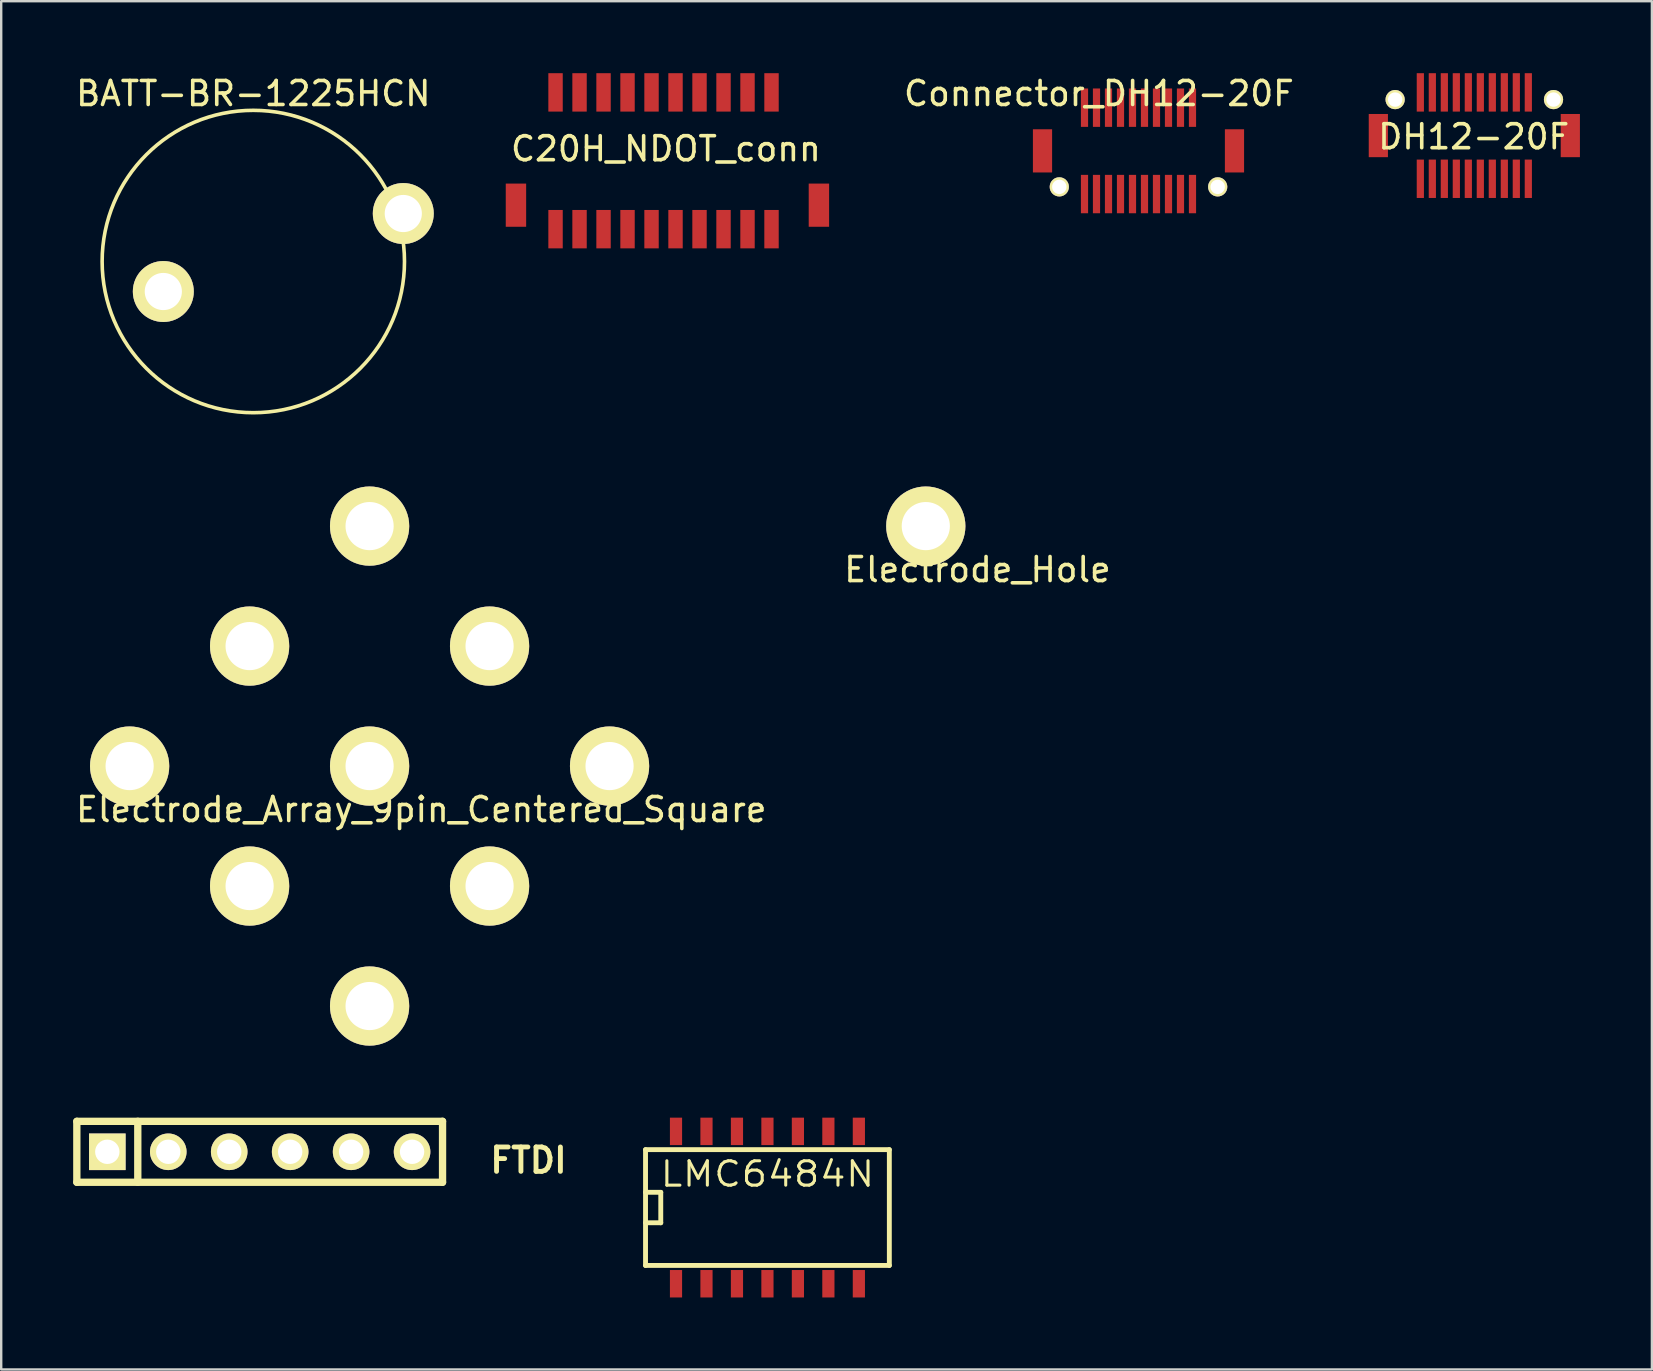
<source format=kicad_pcb>
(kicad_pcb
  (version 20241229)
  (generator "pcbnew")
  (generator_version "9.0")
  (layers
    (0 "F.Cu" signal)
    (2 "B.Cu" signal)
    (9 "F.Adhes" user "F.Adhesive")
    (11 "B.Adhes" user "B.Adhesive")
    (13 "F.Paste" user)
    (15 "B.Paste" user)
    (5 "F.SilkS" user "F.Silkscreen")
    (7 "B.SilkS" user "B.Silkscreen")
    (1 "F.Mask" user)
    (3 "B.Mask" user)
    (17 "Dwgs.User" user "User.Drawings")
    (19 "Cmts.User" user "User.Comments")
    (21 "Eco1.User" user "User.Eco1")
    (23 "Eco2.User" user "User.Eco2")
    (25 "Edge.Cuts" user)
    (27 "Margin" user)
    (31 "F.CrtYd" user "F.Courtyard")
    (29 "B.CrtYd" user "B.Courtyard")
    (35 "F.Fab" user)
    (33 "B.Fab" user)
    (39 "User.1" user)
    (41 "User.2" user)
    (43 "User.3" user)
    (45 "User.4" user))
  (footprint "Electrode_Hole"
    (layer "F.Cu")
    (at 35.53 18.874)
    (property "Reference" "Electrode_Hole" (at 2.154 1.813 0) (layer "F.SilkS") (effects (font (size 1 1) (thickness 0.15))))
    (attr through_hole)
    (pad "1" thru_hole circle (at 0 0) (size 3.302 3.302) (drill 2.007) (layers "*.Cu" "*.Mask" "F.SilkS")))
  (footprint "Electrode_Array_9pin_Centered_Square"
    (layer "F.Cu")
    (at 12.352 28.874)
    (property "Reference" "Electrode_Array_9pin_Centered_Square" (at 2.154 1.813 0) (layer "F.SilkS") (effects (font (size 1 1) (thickness 0.15))))
    (attr through_hole)
    (pad "1" thru_hole circle (at 10 0) (size 3.302 3.302) (drill 2.007) (layers "*.Cu" "*.Mask" "F.SilkS"))
    (pad "2" thru_hole circle (at 5 5) (size 3.302 3.302) (drill 2.007) (layers "*.Cu" "*.Mask" "F.SilkS"))
    (pad "3" thru_hole circle (at 0 10) (size 3.302 3.302) (drill 2.007) (layers "*.Cu" "*.Mask" "F.SilkS"))
    (pad "4" thru_hole circle (at -5 5) (size 3.302 3.302) (drill 2.007) (layers "*.Cu" "*.Mask" "F.SilkS"))
    (pad "5" thru_hole circle (at -10 0) (size 3.302 3.302) (drill 2.007) (layers "*.Cu" "*.Mask" "F.SilkS"))
    (pad "6" thru_hole circle (at -5 -5) (size 3.302 3.302) (drill 2.007) (layers "*.Cu" "*.Mask" "F.SilkS"))
    (pad "7" thru_hole circle (at 0 -10) (size 3.302 3.302) (drill 2.007) (layers "*.Cu" "*.Mask" "F.SilkS"))
    (pad "8" thru_hole circle (at 5 -5) (size 3.302 3.302) (drill 2.007) (layers "*.Cu" "*.Mask" "F.SilkS"))
    (pad "9" thru_hole circle (at 0 0) (size 3.302 3.302) (drill 2.007) (layers "*.Cu" "*.Mask" "F.SilkS")))
  (footprint "BATT-BR-1225HCN"
    (layer "F.Cu")
    (at 7.506 7.848)
    (property "Reference" "BATT-BR-1225HCN" (at 0 -7 0) (layer "F.SilkS") (effects (font (size 1 1) (thickness 0.15))))
    (attr through_hole)
    (fp_circle (center 0 0) (end 6.3 0) (stroke (width 0.15) (type solid)) (fill no) (layer "F.SilkS"))
    (pad "1" thru_hole circle (at 6.25 -2) (size 2.54 2.54) (drill 1.549) (layers "*.Cu" "*.Mask" "F.SilkS"))
    (pad "2" thru_hole circle (at -3.75 1.25) (size 2.54 2.54) (drill 1.549) (layers "*.Cu" "*.Mask" "F.SilkS")))
  (footprint "C20H_NDOT_conn"
    (layer "F.Cu")
    (at 24.701 1.9)
    (property "Reference" "C20H_NDOT_conn" (at 0 1.25 0) (layer "F.SilkS") (effects (font (size 1 1) (thickness 0.15))))
    (attr through_hole)
    (pad "1" smd rect (at 4.4 -1.1) (size 0.6 1.6) (layers "F.Cu" "F.Mask" "F.Paste"))
    (pad "2" smd rect (at 4.4 4.6) (size 0.6 1.6) (layers "F.Cu" "F.Mask" "F.Paste"))
    (pad "3" smd rect (at 3.4 -1.1) (size 0.6 1.6) (layers "F.Cu" "F.Mask" "F.Paste"))
    (pad "4" smd rect (at 3.4 4.6) (size 0.6 1.6) (layers "F.Cu" "F.Mask" "F.Paste"))
    (pad "5" smd rect (at 2.4 -1.1) (size 0.6 1.6) (layers "F.Cu" "F.Mask" "F.Paste"))
    (pad "6" smd rect (at 2.4 4.6) (size 0.6 1.6) (layers "F.Cu" "F.Mask" "F.Paste"))
    (pad "7" smd rect (at 1.4 -1.1) (size 0.6 1.6) (layers "F.Cu" "F.Mask" "F.Paste"))
    (pad "8" smd rect (at 1.4 4.6) (size 0.6 1.6) (layers "F.Cu" "F.Mask" "F.Paste"))
    (pad "9" smd rect (at 0.4 -1.1) (size 0.6 1.6) (layers "F.Cu" "F.Mask" "F.Paste"))
    (pad "10" smd rect (at 0.4 4.6) (size 0.6 1.6) (layers "F.Cu" "F.Mask" "F.Paste"))
    (pad "11" smd rect (at -0.6 -1.1) (size 0.6 1.6) (layers "F.Cu" "F.Mask" "F.Paste"))
    (pad "12" smd rect (at -0.6 4.6) (size 0.6 1.6) (layers "F.Cu" "F.Mask" "F.Paste"))
    (pad "13" smd rect (at -1.6 -1.1) (size 0.6 1.6) (layers "F.Cu" "F.Mask" "F.Paste"))
    (pad "14" smd rect (at -1.6 4.6) (size 0.6 1.6) (layers "F.Cu" "F.Mask" "F.Paste"))
    (pad "15" smd rect (at -2.6 -1.1) (size 0.6 1.6) (layers "F.Cu" "F.Mask" "F.Paste"))
    (pad "16" smd rect (at -2.6 4.6) (size 0.6 1.6) (layers "F.Cu" "F.Mask" "F.Paste"))
    (pad "17" smd rect (at -3.6 -1.1) (size 0.6 1.6) (layers "F.Cu" "F.Mask" "F.Paste"))
    (pad "18" smd rect (at -3.6 4.6) (size 0.6 1.6) (layers "F.Cu" "F.Mask" "F.Paste"))
    (pad "19" smd rect (at -4.6 -1.1) (size 0.6 1.6) (layers "F.Cu" "F.Mask" "F.Paste"))
    (pad "20" smd rect (at -4.6 4.6) (size 0.6 1.6) (layers "F.Cu" "F.Mask" "F.Paste"))
    (pad "21" smd rect (at -6.25 3.6) (size 0.85 1.8) (layers "F.Cu" "F.Mask" "F.Paste"))
    (pad "22" smd rect (at 6.35 3.6) (size 0.85 1.8) (drill (offset 0.025 0)) (layers "F.Cu" "F.Mask" "F.Paste")))
  (footprint "Connector_DH12-20F"
    (layer "F.Cu")
    (at 41.094 4.737)
    (property "Reference" "Connector_DH12-20F" (at 1.651 -3.889 0) (layer "F.SilkS") (effects (font (size 1 1) (thickness 0.15))))
    (attr through_hole)
    (pad "0" thru_hole circle (at 0 0) (size 0.8 0.8) (drill 0.6) (layers "*.Cu" "*.Mask" "F.SilkS"))
    (pad "0" thru_hole circle (at 6.6 0) (size 0.8 0.8) (drill 0.6) (layers "*.Cu" "*.Mask" "F.SilkS"))
    (pad "1" smd rect (at 1.05 0.3) (size 0.3 1.6) (layers "F.Cu" "F.Mask" "F.Paste"))
    (pad "2" smd rect (at 1.05 -3.3) (size 0.3 1.6) (layers "F.Cu" "F.Mask" "F.Paste"))
    (pad "3" smd rect (at 1.55 0.3) (size 0.3 1.6) (layers "F.Cu" "F.Mask" "F.Paste"))
    (pad "4" smd rect (at 1.55 -3.3) (size 0.3 1.6) (layers "F.Cu" "F.Mask" "F.Paste"))
    (pad "5" smd rect (at 2.05 0.3) (size 0.3 1.6) (layers "F.Cu" "F.Mask" "F.Paste"))
    (pad "6" smd rect (at 2.05 -3.3) (size 0.3 1.6) (layers "F.Cu" "F.Mask" "F.Paste"))
    (pad "7" smd rect (at 2.55 0.3) (size 0.3 1.6) (layers "F.Cu" "F.Mask" "F.Paste"))
    (pad "8" smd rect (at 2.55 -3.3) (size 0.3 1.6) (layers "F.Cu" "F.Mask" "F.Paste"))
    (pad "9" smd rect (at 3.05 0.3) (size 0.3 1.6) (layers "F.Cu" "F.Mask" "F.Paste"))
    (pad "10" smd rect (at 3.05 -3.3) (size 0.3 1.6) (layers "F.Cu" "F.Mask" "F.Paste"))
    (pad "11" smd rect (at 3.55 0.3) (size 0.3 1.6) (layers "F.Cu" "F.Mask" "F.Paste"))
    (pad "12" smd rect (at 3.55 -3.3) (size 0.3 1.6) (layers "F.Cu" "F.Mask" "F.Paste"))
    (pad "13" smd rect (at 4.05 0.3) (size 0.3 1.6) (layers "F.Cu" "F.Mask" "F.Paste"))
    (pad "14" smd rect (at 4.05 -3.3) (size 0.3 1.6) (layers "F.Cu" "F.Mask" "F.Paste"))
    (pad "15" smd rect (at 4.55 0.3) (size 0.3 1.6) (layers "F.Cu" "F.Mask" "F.Paste"))
    (pad "16" smd rect (at 4.55 -3.3) (size 0.3 1.6) (layers "F.Cu" "F.Mask" "F.Paste"))
    (pad "17" smd rect (at 5.05 0.3) (size 0.3 1.6) (layers "F.Cu" "F.Mask" "F.Paste"))
    (pad "18" smd rect (at 5.05 -3.3) (size 0.3 1.6) (layers "F.Cu" "F.Mask" "F.Paste"))
    (pad "19" smd rect (at 5.55 0.3) (size 0.3 1.6) (layers "F.Cu" "F.Mask" "F.Paste"))
    (pad "20" smd rect (at 5.55 -3.3) (size 0.3 1.6) (layers "F.Cu" "F.Mask" "F.Paste"))
    (pad "23" smd rect (at -0.7 -1.5) (size 0.8 1.8) (layers "F.Cu" "F.Mask" "F.Paste"))
    (pad "24" smd rect (at 7.3 -1.5) (size 0.8 1.8) (layers "F.Cu" "F.Mask" "F.Paste")))
  (footprint "DH12-20F"
    (layer "F.Cu")
    (at 55.089 1.1)
    (property "Reference" "DH12-20F" (at 3.275 1.55 0) (layer "F.SilkS") (effects (font (size 1 1) (thickness 0.15))))
    (attr through_hole)
    (pad "1" smd rect (at 1.05 3.3) (size 0.3 1.6) (layers "F.Cu" "F.Mask" "F.Paste"))
    (pad "2" smd rect (at 1.05 -0.3) (size 0.3 1.6) (layers "F.Cu" "F.Mask" "F.Paste"))
    (pad "3" smd rect (at 1.55 3.3) (size 0.3 1.6) (layers "F.Cu" "F.Mask" "F.Paste"))
    (pad "4" smd rect (at 1.55 -0.3) (size 0.3 1.6) (layers "F.Cu" "F.Mask" "F.Paste"))
    (pad "5" smd rect (at 2.05 3.3) (size 0.3 1.6) (layers "F.Cu" "F.Mask" "F.Paste"))
    (pad "6" smd rect (at 2.05 -0.3) (size 0.3 1.6) (layers "F.Cu" "F.Mask" "F.Paste"))
    (pad "7" smd rect (at 2.55 3.3) (size 0.3 1.6) (layers "F.Cu" "F.Mask" "F.Paste"))
    (pad "8" smd rect (at 2.55 -0.3) (size 0.3 1.6) (layers "F.Cu" "F.Mask" "F.Paste"))
    (pad "9" smd rect (at 3.05 3.3) (size 0.3 1.6) (layers "F.Cu" "F.Mask" "F.Paste"))
    (pad "10" smd rect (at 3.05 -0.3) (size 0.3 1.6) (layers "F.Cu" "F.Mask" "F.Paste"))
    (pad "11" smd rect (at 3.55 3.3) (size 0.3 1.6) (layers "F.Cu" "F.Mask" "F.Paste"))
    (pad "12" smd rect (at 3.55 -0.3) (size 0.3 1.6) (layers "F.Cu" "F.Mask" "F.Paste"))
    (pad "13" smd rect (at 4.05 3.3) (size 0.3 1.6) (layers "F.Cu" "F.Mask" "F.Paste"))
    (pad "14" smd rect (at 4.05 -0.3) (size 0.3 1.6) (layers "F.Cu" "F.Mask" "F.Paste"))
    (pad "15" smd rect (at 4.55 3.3) (size 0.3 1.6) (layers "F.Cu" "F.Mask" "F.Paste"))
    (pad "16" smd rect (at 4.55 -0.3) (size 0.3 1.6) (layers "F.Cu" "F.Mask" "F.Paste"))
    (pad "17" smd rect (at 5.05 3.3) (size 0.3 1.6) (layers "F.Cu" "F.Mask" "F.Paste"))
    (pad "18" smd rect (at 5.05 -0.3) (size 0.3 1.6) (layers "F.Cu" "F.Mask" "F.Paste"))
    (pad "19" smd rect (at 5.55 3.3) (size 0.3 1.6) (layers "F.Cu" "F.Mask" "F.Paste"))
    (pad "20" smd rect (at 5.55 -0.3) (size 0.3 1.6) (layers "F.Cu" "F.Mask" "F.Paste"))
    (pad "21" thru_hole circle (at 0 0) (size 0.8 0.8) (drill 0.6) (layers "*.Cu" "*.Mask" "F.SilkS"))
    (pad "22" thru_hole circle (at 6.6 0) (size 0.8 0.8) (drill 0.6) (layers "*.Cu" "*.Mask" "F.SilkS"))
    (pad "23" smd rect (at -0.7 1.5) (size 0.8 1.8) (layers "F.Cu" "F.Mask" "F.Paste"))
    (pad "24" smd rect (at 7.3 1.5) (size 0.8 1.8) (layers "F.Cu" "F.Mask" "F.Paste")))
  (footprint "LMC6484N"
    (layer "F.Cu")
    (at 28.931 47.145)
    (property "Reference" "LMC6484N" (at 0 -1.27 0) (layer "F.SilkS") (effects (font (size 1.016 1.143) (thickness 0.127))))
    (attr smd)
    (fp_line (start -5.08 -2.286) (end 5.08 -2.286) (stroke (width 0.203) (type solid)) (layer "F.SilkS"))
    (fp_line (start -5.08 -0.508) (end -4.445 -0.508) (stroke (width 0.203) (type solid)) (layer "F.SilkS"))
    (fp_line (start -5.08 2.54) (end -5.08 -2.286) (stroke (width 0.203) (type solid)) (layer "F.SilkS"))
    (fp_line (start -4.445 -0.508) (end -4.445 0.762) (stroke (width 0.203) (type solid)) (layer "F.SilkS"))
    (fp_line (start -4.445 0.762) (end -5.08 0.762) (stroke (width 0.203) (type solid)) (layer "F.SilkS"))
    (fp_line (start 5.08 -2.286) (end 5.08 2.54) (stroke (width 0.203) (type solid)) (layer "F.SilkS"))
    (fp_line (start 5.08 2.54) (end -5.08 2.54) (stroke (width 0.203) (type solid)) (layer "F.SilkS"))
    (pad "1" smd rect (at -3.81 3.302) (size 0.508 1.143) (layers "F.Cu" "F.Mask" "F.Paste"))
    (pad "2" smd rect (at -2.54 3.302) (size 0.508 1.143) (layers "F.Cu" "F.Mask" "F.Paste"))
    (pad "3" smd rect (at -1.27 3.302) (size 0.508 1.143) (layers "F.Cu" "F.Mask" "F.Paste"))
    (pad "4" smd rect (at 0 3.302) (size 0.508 1.143) (layers "F.Cu" "F.Mask" "F.Paste"))
    (pad "5" smd rect (at 1.27 3.302) (size 0.508 1.143) (layers "F.Cu" "F.Mask" "F.Paste"))
    (pad "6" smd rect (at 2.54 3.302) (size 0.508 1.143) (layers "F.Cu" "F.Mask" "F.Paste"))
    (pad "7" smd rect (at 3.81 3.302) (size 0.508 1.143) (layers "F.Cu" "F.Mask" "F.Paste"))
    (pad "8" smd rect (at 3.81 -3.048) (size 0.508 1.143) (layers "F.Cu" "F.Mask" "F.Paste"))
    (pad "9" smd rect (at 2.54 -3.048) (size 0.508 1.143) (layers "F.Cu" "F.Mask" "F.Paste"))
    (pad "10" smd rect (at 1.27 -3.048) (size 0.508 1.143) (layers "F.Cu" "F.Mask" "F.Paste"))
    (pad "11" smd rect (at 0 -3.048) (size 0.508 1.143) (layers "F.Cu" "F.Mask" "F.Paste"))
    (pad "12" smd rect (at -1.27 -3.048) (size 0.508 1.143) (layers "F.Cu" "F.Mask" "F.Paste"))
    (pad "13" smd rect (at -2.54 -3.048) (size 0.508 1.143) (layers "F.Cu" "F.Mask" "F.Paste"))
    (pad "14" smd rect (at -3.81 -3.048) (size 0.508 1.143) (layers "F.Cu" "F.Mask" "F.Paste")))
  (footprint "FTDI"
    (layer "F.Cu")
    (at 7.772 44.948)
    (property "Reference" "FTDI" (at 11.201 0.356 0) (layer "F.SilkS") (effects (font (size 1.016 1.016) (thickness 0.203))))
    (attr through_hole)
    (fp_line (start -7.62 -1.27) (end 7.62 -1.27) (stroke (width 0.305) (type solid)) (layer "F.SilkS"))
    (fp_line (start -7.62 1.27) (end -7.62 -1.27) (stroke (width 0.305) (type solid)) (layer "F.SilkS"))
    (fp_line (start -5.08 1.27) (end -5.08 -1.27) (stroke (width 0.305) (type solid)) (layer "F.SilkS"))
    (fp_line (start 7.62 -1.27) (end 7.62 1.27) (stroke (width 0.305) (type solid)) (layer "F.SilkS"))
    (fp_line (start 7.62 1.27) (end -7.62 1.27) (stroke (width 0.305) (type solid)) (layer "F.SilkS"))
    (pad "1" thru_hole rect (at -6.35 0) (size 1.524 1.524) (drill 1.016) (layers "*.Cu" "*.Mask" "F.SilkS"))
    (pad "2" thru_hole circle (at -3.81 0) (size 1.524 1.524) (drill 1.016) (layers "*.Cu" "*.Mask" "F.SilkS"))
    (pad "3" thru_hole circle (at -1.27 0) (size 1.524 1.524) (drill 1.016) (layers "*.Cu" "*.Mask" "F.SilkS"))
    (pad "4" thru_hole circle (at 1.27 0) (size 1.524 1.524) (drill 1.016) (layers "*.Cu" "*.Mask" "F.SilkS"))
    (pad "5" thru_hole circle (at 3.81 0) (size 1.524 1.524) (drill 1.016) (layers "*.Cu" "*.Mask" "F.SilkS"))
    (pad "6" thru_hole circle (at 6.35 0) (size 1.524 1.524) (drill 1.016) (layers "*.Cu" "*.Mask" "F.SilkS")))
  (gr_rect
    (start -3 -3)
    (end 65.789 54.018)
    (stroke (width 0.1) (type default))
    (fill no)
    (layer "Edge.Cuts")))
</source>
